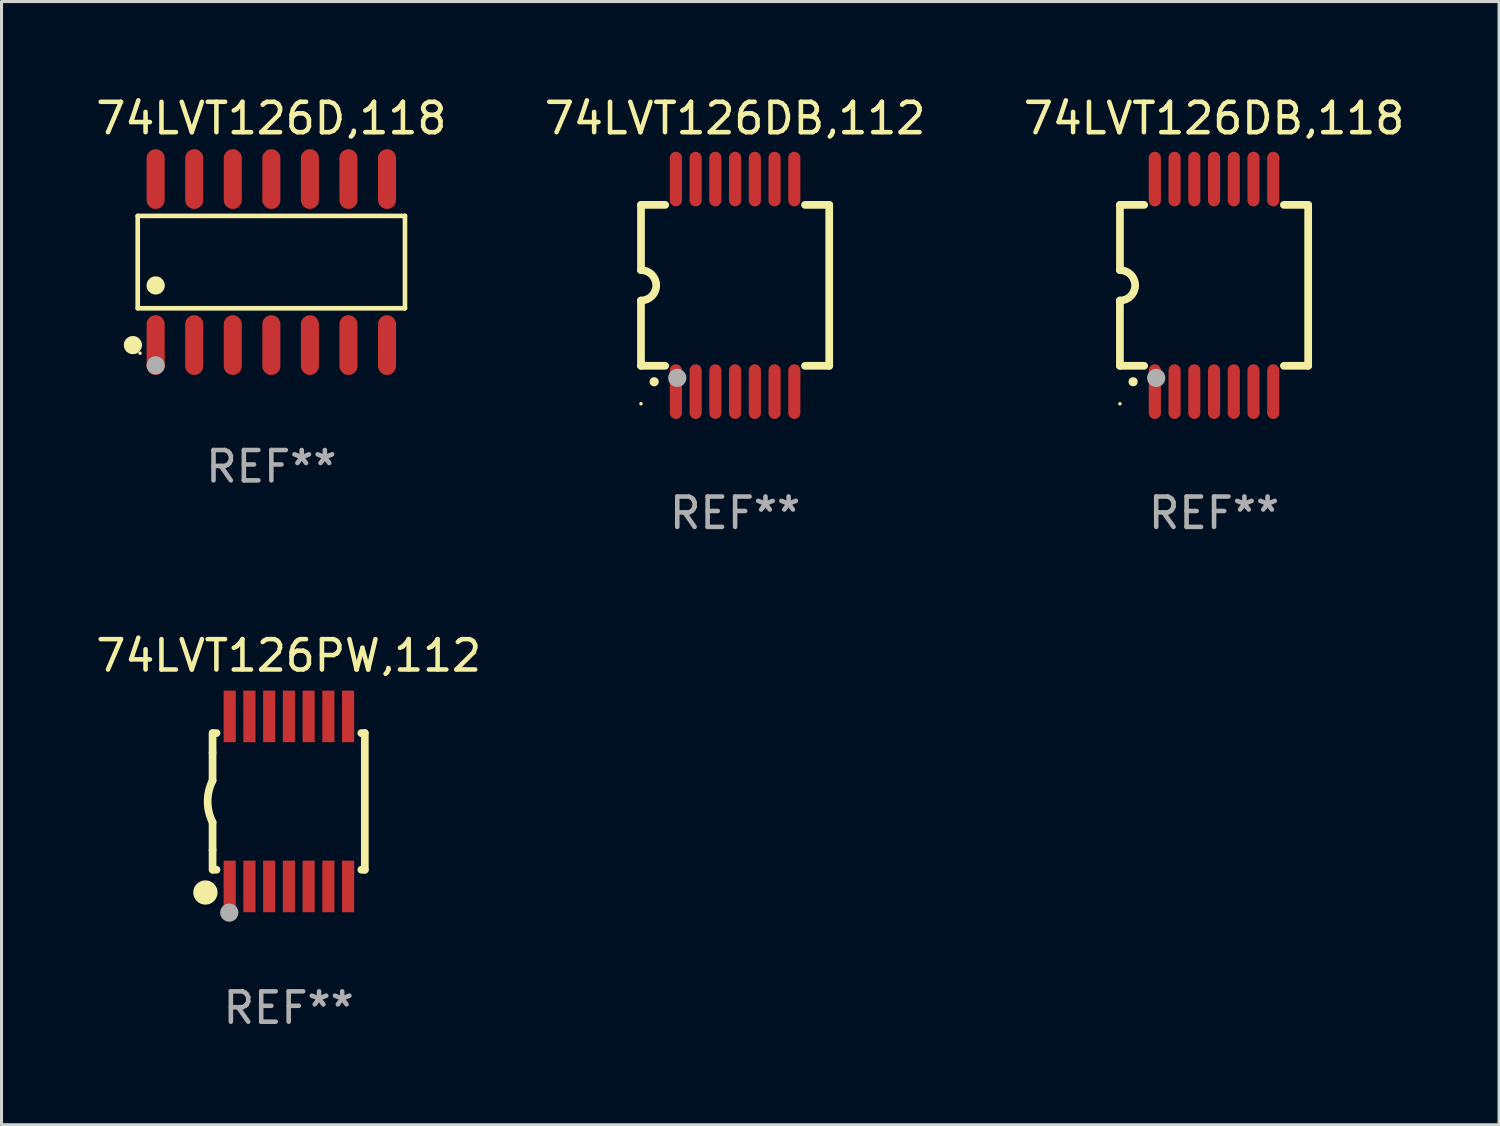
<source format=kicad_pcb>
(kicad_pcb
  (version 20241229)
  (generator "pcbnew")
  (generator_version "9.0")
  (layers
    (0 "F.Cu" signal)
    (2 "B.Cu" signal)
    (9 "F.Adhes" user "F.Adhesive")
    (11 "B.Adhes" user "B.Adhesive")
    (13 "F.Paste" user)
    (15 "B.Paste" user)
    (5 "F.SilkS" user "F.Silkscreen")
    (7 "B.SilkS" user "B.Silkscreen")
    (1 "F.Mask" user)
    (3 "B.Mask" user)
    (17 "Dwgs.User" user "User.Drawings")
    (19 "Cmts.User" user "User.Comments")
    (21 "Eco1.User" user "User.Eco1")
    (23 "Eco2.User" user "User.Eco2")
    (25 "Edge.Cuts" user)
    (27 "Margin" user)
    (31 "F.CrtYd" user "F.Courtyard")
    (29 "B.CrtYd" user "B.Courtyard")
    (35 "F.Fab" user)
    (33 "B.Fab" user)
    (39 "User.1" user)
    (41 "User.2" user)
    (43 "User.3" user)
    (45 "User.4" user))
  (footprint "74LVT126DB,112"
    (layer "F.Cu")
    (at 21.161 6.348)
    (property "Reference" "74LVT126DB,112" (at 0 -5.5 0) (layer "F.SilkS") (effects (font (size 1 1) (thickness 0.15))))
    (attr through_hole)
    (fp_line (start -3.1 2.65) (end -3.1 0.5) (stroke (width 0.254) (type solid)) (layer "F.SilkS"))
    (fp_line (start -3.099 -2.65) (end -2.301 -2.65) (stroke (width 0.254) (type solid)) (layer "F.SilkS"))
    (fp_line (start -3.099 -0.5) (end -3.099 -2.65) (stroke (width 0.254) (type solid)) (layer "F.SilkS"))
    (fp_line (start -2.301 2.65) (end -3.1 2.65) (stroke (width 0.254) (type solid)) (layer "F.SilkS"))
    (fp_line (start 2.301 -2.65) (end 3.1 -2.65) (stroke (width 0.254) (type solid)) (layer "F.SilkS"))
    (fp_line (start 3.1 -2.65) (end 3.1 2.65) (stroke (width 0.254) (type solid)) (layer "F.SilkS"))
    (fp_line (start 3.1 2.65) (end 2.301 2.65) (stroke (width 0.254) (type solid)) (layer "F.SilkS"))
    (fp_arc (start -3.098806 -0.500381) (mid -2.598806 0) (end -3.098806 0.500381) (stroke (width 0.254001) (type solid)) (layer "F.SilkS"))
    (fp_arc (start -2.667005 3.175006) (mid -2.665735 3.175001) (end -2.664465 3.175006) (stroke (width 0.3) (type solid)) (layer "F.SilkS"))
    (fp_circle (center -3.1 3.9) (end -3.07 3.9) (stroke (width 0.06) (type solid)) (fill no) (layer "F.SilkS"))
    (fp_circle (center -1.905 3.048) (end -1.755 3.048) (stroke (width 0.3) (type solid)) (fill no) (layer "F.Fab"))
    (fp_text user "REF**" (at 0 7.5 0) (layer "F.Fab") (effects (font (size 1 1) (thickness 0.15))))
    (pad "1" smd oval (at -1.95 3.5 270) (size 1.8 0.4) (layers "F.Cu" "F.Mask" "F.Paste"))
    (pad "2" smd oval (at -1.3 3.5 270) (size 1.8 0.4) (layers "F.Cu" "F.Mask" "F.Paste"))
    (pad "3" smd oval (at -0.65 3.5 270) (size 1.8 0.4) (layers "F.Cu" "F.Mask" "F.Paste"))
    (pad "4" smd oval (at 0 3.5 270) (size 1.8 0.4) (layers "F.Cu" "F.Mask" "F.Paste"))
    (pad "5" smd oval (at 0.65 3.5 270) (size 1.8 0.4) (layers "F.Cu" "F.Mask" "F.Paste"))
    (pad "6" smd oval (at 1.3 3.5 270) (size 1.8 0.4) (layers "F.Cu" "F.Mask" "F.Paste"))
    (pad "7" smd oval (at 1.95 3.5 270) (size 1.8 0.4) (layers "F.Cu" "F.Mask" "F.Paste"))
    (pad "8" smd oval (at 1.95 -3.5 90) (size 1.8 0.4) (layers "F.Cu" "F.Mask" "F.Paste"))
    (pad "9" smd oval (at 1.3 -3.5 90) (size 1.8 0.4) (layers "F.Cu" "F.Mask" "F.Paste"))
    (pad "10" smd oval (at 0.65 -3.5 90) (size 1.8 0.4) (layers "F.Cu" "F.Mask" "F.Paste"))
    (pad "11" smd oval (at 0 -3.5 90) (size 1.8 0.4) (layers "F.Cu" "F.Mask" "F.Paste"))
    (pad "12" smd oval (at -0.65 -3.5 90) (size 1.8 0.4) (layers "F.Cu" "F.Mask" "F.Paste"))
    (pad "13" smd oval (at -1.3 -3.5 90) (size 1.8 0.4) (layers "F.Cu" "F.Mask" "F.Paste"))
    (pad "14" smd oval (at -1.95 -3.5 90) (size 1.8 0.4) (layers "F.Cu" "F.Mask" "F.Paste")))
  (footprint "74LVT126D,118"
    (layer "F.Cu")
    (at 5.887 5.582)
    (property "Reference" "74LVT126D,118" (at 0 -4.734 0) (layer "F.SilkS") (effects (font (size 1 1) (thickness 0.15))))
    (attr through_hole)
    (fp_line (start -4.401 -1.521) (end 4.401 -1.521) (stroke (width 0.152) (type solid)) (layer "F.SilkS"))
    (fp_line (start -4.401 1.521) (end -4.401 -1.521) (stroke (width 0.152) (type solid)) (layer "F.SilkS"))
    (fp_line (start 4.401 -1.521) (end 4.401 1.521) (stroke (width 0.152) (type solid)) (layer "F.SilkS"))
    (fp_line (start 4.401 1.521) (end -4.401 1.521) (stroke (width 0.152) (type solid)) (layer "F.SilkS"))
    (fp_circle (center -4.56 2.734) (end -4.41 2.734) (stroke (width 0.3) (type solid)) (fill no) (layer "F.SilkS"))
    (fp_circle (center -4.325 3) (end -4.295 3) (stroke (width 0.06) (type solid)) (fill no) (layer "F.SilkS"))
    (fp_circle (center -3.81 0.769) (end -3.66 0.769) (stroke (width 0.3) (type solid)) (fill no) (layer "F.SilkS"))
    (fp_circle (center -3.81 3.4) (end -3.66 3.4) (stroke (width 0.3) (type solid)) (fill no) (layer "F.Fab"))
    (fp_text user "REF**" (at 0 6.734 0) (layer "F.Fab") (effects (font (size 1 1) (thickness 0.15))))
    (pad "1" smd oval (at -3.81 2.734) (size 0.595 1.968) (layers "F.Cu" "F.Mask" "F.Paste"))
    (pad "2" smd oval (at -2.54 2.734) (size 0.595 1.968) (layers "F.Cu" "F.Mask" "F.Paste"))
    (pad "3" smd oval (at -1.27 2.734) (size 0.595 1.968) (layers "F.Cu" "F.Mask" "F.Paste"))
    (pad "4" smd oval (at 0 2.734) (size 0.595 1.968) (layers "F.Cu" "F.Mask" "F.Paste"))
    (pad "5" smd oval (at 1.27 2.734) (size 0.595 1.968) (layers "F.Cu" "F.Mask" "F.Paste"))
    (pad "6" smd oval (at 2.54 2.734) (size 0.595 1.968) (layers "F.Cu" "F.Mask" "F.Paste"))
    (pad "7" smd oval (at 3.81 2.734) (size 0.595 1.968) (layers "F.Cu" "F.Mask" "F.Paste"))
    (pad "8" smd oval (at 3.81 -2.734) (size 0.595 1.968) (layers "F.Cu" "F.Mask" "F.Paste"))
    (pad "9" smd oval (at 2.54 -2.734) (size 0.595 1.968) (layers "F.Cu" "F.Mask" "F.Paste"))
    (pad "10" smd oval (at 1.27 -2.734) (size 0.595 1.968) (layers "F.Cu" "F.Mask" "F.Paste"))
    (pad "11" smd oval (at 0 -2.734) (size 0.595 1.968) (layers "F.Cu" "F.Mask" "F.Paste"))
    (pad "12" smd oval (at -1.27 -2.734) (size 0.595 1.968) (layers "F.Cu" "F.Mask" "F.Paste"))
    (pad "13" smd oval (at -2.54 -2.734) (size 0.595 1.968) (layers "F.Cu" "F.Mask" "F.Paste"))
    (pad "14" smd oval (at -3.81 -2.734) (size 0.595 1.968) (layers "F.Cu" "F.Mask" "F.Paste")))
  (footprint "74LVT126PW,112"
    (layer "F.Cu")
    (at 6.458 23.345)
    (property "Reference" "74LVT126PW,112" (at 0 -4.8 0) (layer "F.SilkS") (effects (font (size 1 1) (thickness 0.15))))
    (attr through_hole)
    (fp_line (start -2.507 -1.6) (end -2.507 -2.25) (stroke (width 0.254) (type solid)) (layer "F.SilkS"))
    (fp_line (start -2.507 -0.686) (end -2.507 -1.6) (stroke (width 0.254) (type solid)) (layer "F.SilkS"))
    (fp_line (start -2.507 1.6) (end -2.507 0.686) (stroke (width 0.254) (type solid)) (layer "F.SilkS"))
    (fp_line (start -2.507 1.6) (end -2.507 2.25) (stroke (width 0.254) (type solid)) (layer "F.SilkS"))
    (fp_line (start -2.493 -2.25) (end -2.377 -2.25) (stroke (width 0.254) (type solid)) (layer "F.SilkS"))
    (fp_line (start -2.377 2.25) (end -2.493 2.25) (stroke (width 0.254) (type solid)) (layer "F.SilkS"))
    (fp_line (start 2.392 -2.25) (end 2.507 -2.25) (stroke (width 0.254) (type solid)) (layer "F.SilkS"))
    (fp_line (start 2.507 -2.25) (end 2.507 2.25) (stroke (width 0.254) (type solid)) (layer "F.SilkS"))
    (fp_line (start 2.507 2.25) (end 2.392 2.25) (stroke (width 0.254) (type solid)) (layer "F.SilkS"))
    (fp_arc (start -2.507303 0.685802) (mid -2.669199 0) (end -2.507303 -0.685801) (stroke (width 0.254001) (type solid)) (layer "F.SilkS"))
    (fp_circle (center -2.743 3) (end -2.543 3) (stroke (width 0.4) (type solid)) (fill no) (layer "F.SilkS"))
    (fp_circle (center -2.493 3.2) (end -2.463 3.2) (stroke (width 0.06) (type solid)) (fill no) (layer "F.SilkS"))
    (fp_circle (center -1.957 3.662) (end -1.807 3.662) (stroke (width 0.3) (type solid)) (fill no) (layer "F.Fab"))
    (fp_text user "REF**" (at 0 6.8 0) (layer "F.Fab") (effects (font (size 1 1) (thickness 0.15))))
    (pad "1" smd rect (at -1.943 2.8) (size 0.4 1.7) (layers "F.Cu" "F.Mask" "F.Paste"))
    (pad "2" smd rect (at -1.293 2.8) (size 0.4 1.7) (layers "F.Cu" "F.Mask" "F.Paste"))
    (pad "3" smd rect (at -0.643 2.8) (size 0.4 1.7) (layers "F.Cu" "F.Mask" "F.Paste"))
    (pad "4" smd rect (at 0.007 2.8) (size 0.4 1.7) (layers "F.Cu" "F.Mask" "F.Paste"))
    (pad "5" smd rect (at 0.657 2.8) (size 0.4 1.7) (layers "F.Cu" "F.Mask" "F.Paste"))
    (pad "6" smd rect (at 1.307 2.8) (size 0.4 1.7) (layers "F.Cu" "F.Mask" "F.Paste"))
    (pad "7" smd rect (at 1.957 2.8) (size 0.4 1.7) (layers "F.Cu" "F.Mask" "F.Paste"))
    (pad "8" smd rect (at 1.957 -2.8) (size 0.4 1.7) (layers "F.Cu" "F.Mask" "F.Paste"))
    (pad "9" smd rect (at 1.307 -2.8) (size 0.4 1.7) (layers "F.Cu" "F.Mask" "F.Paste"))
    (pad "10" smd rect (at 0.657 -2.8) (size 0.4 1.7) (layers "F.Cu" "F.Mask" "F.Paste"))
    (pad "11" smd rect (at 0.007 -2.8) (size 0.4 1.7) (layers "F.Cu" "F.Mask" "F.Paste"))
    (pad "12" smd rect (at -0.643 -2.8) (size 0.4 1.7) (layers "F.Cu" "F.Mask" "F.Paste"))
    (pad "13" smd rect (at -1.293 -2.8) (size 0.4 1.7) (layers "F.Cu" "F.Mask" "F.Paste"))
    (pad "14" smd rect (at -1.943 -2.8) (size 0.4 1.7) (layers "F.Cu" "F.Mask" "F.Paste")))
  (footprint "74LVT126DB,118"
    (layer "F.Cu")
    (at 36.935 6.348)
    (property "Reference" "74LVT126DB,118" (at 0 -5.5 0) (layer "F.SilkS") (effects (font (size 1 1) (thickness 0.15))))
    (attr through_hole)
    (fp_line (start -3.1 2.65) (end -3.1 0.5) (stroke (width 0.254) (type solid)) (layer "F.SilkS"))
    (fp_line (start -3.099 -2.65) (end -2.301 -2.65) (stroke (width 0.254) (type solid)) (layer "F.SilkS"))
    (fp_line (start -3.099 -0.5) (end -3.099 -2.65) (stroke (width 0.254) (type solid)) (layer "F.SilkS"))
    (fp_line (start -2.301 2.65) (end -3.1 2.65) (stroke (width 0.254) (type solid)) (layer "F.SilkS"))
    (fp_line (start 2.301 -2.65) (end 3.1 -2.65) (stroke (width 0.254) (type solid)) (layer "F.SilkS"))
    (fp_line (start 3.1 -2.65) (end 3.1 2.65) (stroke (width 0.254) (type solid)) (layer "F.SilkS"))
    (fp_line (start 3.1 2.65) (end 2.301 2.65) (stroke (width 0.254) (type solid)) (layer "F.SilkS"))
    (fp_arc (start -3.098806 -0.500381) (mid -2.598806 0) (end -3.098806 0.500381) (stroke (width 0.254001) (type solid)) (layer "F.SilkS"))
    (fp_arc (start -2.667005 3.175006) (mid -2.665735 3.175001) (end -2.664465 3.175006) (stroke (width 0.3) (type solid)) (layer "F.SilkS"))
    (fp_circle (center -3.1 3.9) (end -3.07 3.9) (stroke (width 0.06) (type solid)) (fill no) (layer "F.SilkS"))
    (fp_circle (center -1.905 3.048) (end -1.755 3.048) (stroke (width 0.3) (type solid)) (fill no) (layer "F.Fab"))
    (fp_text user "REF**" (at 0 7.5 0) (layer "F.Fab") (effects (font (size 1 1) (thickness 0.15))))
    (pad "1" smd oval (at -1.95 3.5 270) (size 1.8 0.4) (layers "F.Cu" "F.Mask" "F.Paste"))
    (pad "2" smd oval (at -1.3 3.5 270) (size 1.8 0.4) (layers "F.Cu" "F.Mask" "F.Paste"))
    (pad "3" smd oval (at -0.65 3.5 270) (size 1.8 0.4) (layers "F.Cu" "F.Mask" "F.Paste"))
    (pad "4" smd oval (at 0 3.5 270) (size 1.8 0.4) (layers "F.Cu" "F.Mask" "F.Paste"))
    (pad "5" smd oval (at 0.65 3.5 270) (size 1.8 0.4) (layers "F.Cu" "F.Mask" "F.Paste"))
    (pad "6" smd oval (at 1.3 3.5 270) (size 1.8 0.4) (layers "F.Cu" "F.Mask" "F.Paste"))
    (pad "7" smd oval (at 1.95 3.5 270) (size 1.8 0.4) (layers "F.Cu" "F.Mask" "F.Paste"))
    (pad "8" smd oval (at 1.95 -3.5 90) (size 1.8 0.4) (layers "F.Cu" "F.Mask" "F.Paste"))
    (pad "9" smd oval (at 1.3 -3.5 90) (size 1.8 0.4) (layers "F.Cu" "F.Mask" "F.Paste"))
    (pad "10" smd oval (at 0.65 -3.5 90) (size 1.8 0.4) (layers "F.Cu" "F.Mask" "F.Paste"))
    (pad "11" smd oval (at 0 -3.5 90) (size 1.8 0.4) (layers "F.Cu" "F.Mask" "F.Paste"))
    (pad "12" smd oval (at -0.65 -3.5 90) (size 1.8 0.4) (layers "F.Cu" "F.Mask" "F.Paste"))
    (pad "13" smd oval (at -1.3 -3.5 90) (size 1.8 0.4) (layers "F.Cu" "F.Mask" "F.Paste"))
    (pad "14" smd oval (at -1.95 -3.5 90) (size 1.8 0.4) (layers "F.Cu" "F.Mask" "F.Paste")))
  (gr_rect
    (start -3 -3)
    (end 46.321 33.993)
    (stroke (width 0.1) (type default))
    (fill no)
    (layer "Edge.Cuts")))
</source>
